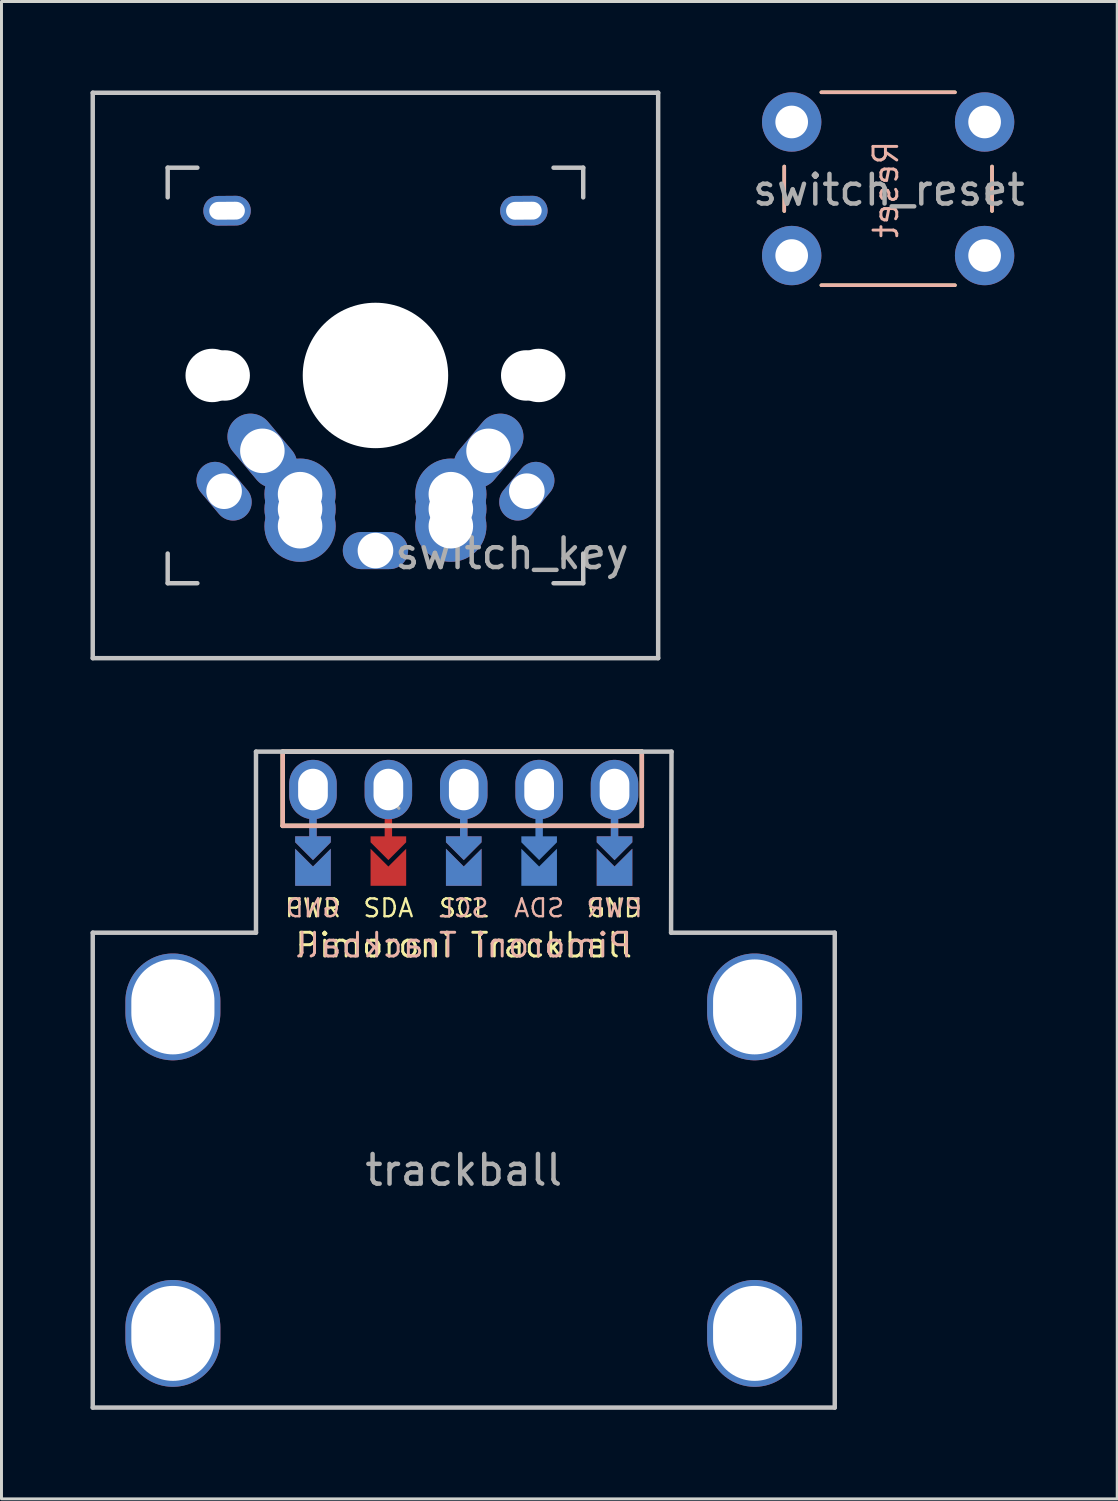
<source format=kicad_pcb>
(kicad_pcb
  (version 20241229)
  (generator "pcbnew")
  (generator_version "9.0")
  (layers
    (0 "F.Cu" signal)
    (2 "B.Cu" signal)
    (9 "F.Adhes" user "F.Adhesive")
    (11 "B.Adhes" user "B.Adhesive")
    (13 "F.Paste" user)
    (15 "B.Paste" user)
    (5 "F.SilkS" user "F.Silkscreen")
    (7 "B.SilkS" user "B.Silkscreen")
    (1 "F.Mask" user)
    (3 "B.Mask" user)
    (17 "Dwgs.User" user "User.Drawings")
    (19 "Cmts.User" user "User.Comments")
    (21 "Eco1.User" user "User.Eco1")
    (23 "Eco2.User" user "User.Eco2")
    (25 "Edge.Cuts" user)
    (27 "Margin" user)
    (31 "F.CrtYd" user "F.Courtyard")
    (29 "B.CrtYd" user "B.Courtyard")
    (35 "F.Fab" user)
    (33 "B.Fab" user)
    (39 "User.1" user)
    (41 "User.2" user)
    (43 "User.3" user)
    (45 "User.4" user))
  (footprint "switch_reset"
    (layer "F.Cu")
    (at 26.799 3.33)
    (property "Reference" "switch_reset" (at 0.097 0.022 0) (layer "F.Fab") (effects (font (size 1 1) (thickness 0.15))))
    (fp_line (start -3.425 -0.77) (end -3.425 0.73) (stroke (width 0.12) (type solid)) (layer "F.SilkS"))
    (fp_line (start -2.175 3.23) (end 2.325 3.23) (stroke (width 0.12) (type solid)) (layer "F.SilkS"))
    (fp_line (start 2.325 -3.27) (end -2.175 -3.27) (stroke (width 0.12) (type solid)) (layer "F.SilkS"))
    (fp_line (start 3.575 0.73) (end 3.575 -0.77) (stroke (width 0.12) (type solid)) (layer "F.SilkS"))
    (fp_line (start -3.425 0.73) (end -3.425 -0.77) (stroke (width 0.12) (type solid)) (layer "B.SilkS"))
    (fp_line (start 2.325 -3.27) (end -2.175 -3.27) (stroke (width 0.12) (type solid)) (layer "B.SilkS"))
    (fp_line (start 2.325 3.23) (end -2.175 3.23) (stroke (width 0.12) (type solid)) (layer "B.SilkS"))
    (fp_line (start 3.575 0.73) (end 3.575 -0.77) (stroke (width 0.12) (type solid)) (layer "B.SilkS"))
    (fp_text user "Reset" (at 0 0 90) (layer "B.SilkS") (effects (font (size 0.8 0.8) (thickness 0.1)) (justify mirror)))
    (pad "1" thru_hole circle (at -3.175 -2.27 90) (size 2 2) (drill 1.1) (layers "*.Cu" "*.Mask"))
    (pad "1" thru_hole circle (at 3.325 -2.27 90) (size 2 2) (drill 1.1) (layers "*.Cu" "*.Mask"))
    (pad "2" thru_hole circle (at -3.175 2.23 90) (size 2 2) (drill 1.1) (layers "*.Cu" "*.Mask"))
    (pad "2" thru_hole circle (at 3.325 2.23 90) (size 2 2) (drill 1.1) (layers "*.Cu" "*.Mask")))
  (footprint "switch_key"
    (layer "F.Cu")
    (at 9.6 9.6)
    (property "Reference" "switch_key" (at 4.6 6 0) (layer "F.Fab") (effects (font (size 1 1) (thickness 0.15))))
    (attr through_hole)
    (fp_line (start -9.525 -9.525) (end 9.525 -9.525) (stroke (width 0.15) (type solid)) (layer "Dwgs.User"))
    (fp_line (start -9.525 9.525) (end -9.525 -9.525) (stroke (width 0.15) (type solid)) (layer "Dwgs.User"))
    (fp_line (start -7 -7) (end -6 -7) (stroke (width 0.15) (type solid)) (layer "Dwgs.User"))
    (fp_line (start -7 -6) (end -7 -7) (stroke (width 0.15) (type solid)) (layer "Dwgs.User"))
    (fp_line (start -7 7) (end -7 6) (stroke (width 0.15) (type solid)) (layer "Dwgs.User"))
    (fp_line (start -6 7) (end -7 7) (stroke (width 0.15) (type solid)) (layer "Dwgs.User"))
    (fp_line (start 6 -7) (end 7 -7) (stroke (width 0.15) (type solid)) (layer "Dwgs.User"))
    (fp_line (start 7 -7) (end 7 -6) (stroke (width 0.15) (type solid)) (layer "Dwgs.User"))
    (fp_line (start 7 6) (end 7 7) (stroke (width 0.15) (type solid)) (layer "Dwgs.User"))
    (fp_line (start 7 7) (end 6 7) (stroke (width 0.15) (type solid)) (layer "Dwgs.User"))
    (fp_line (start 9.525 -9.525) (end 9.525 9.525) (stroke (width 0.15) (type solid)) (layer "Dwgs.User"))
    (fp_line (start 9.525 9.525) (end -9.525 9.525) (stroke (width 0.15) (type solid)) (layer "Dwgs.User"))
    (pad "" np_thru_hole circle (at -5.5 0 270) (size 1.8 1.8) (drill 1.9) (layers "*.Cu" "*.Mask"))
    (pad "" np_thru_hole circle (at -5.08 0 180) (size 1.7 1.7) (drill 1.7) (layers "*.Cu" "*.Mask"))
    (pad "" np_thru_hole circle (at 0 0 90) (size 4.9 4.9) (drill 4.9) (layers "*.Cu" "*.Mask"))
    (pad "" np_thru_hole circle (at 5.08 0 180) (size 1.7 1.7) (drill 1.7) (layers "*.Cu" "*.Mask"))
    (pad "" np_thru_hole circle (at 5.5 0 270) (size 1.8 1.8) (drill 1.9) (layers "*.Cu" "*.Mask"))
    (pad "1" thru_hole oval (at -5.1 3.9 130) (size 2.2 1.25) (drill 1.2) (layers "*.Cu" "B.Mask"))
    (pad "1" thru_hole circle (at 2.54 4 180) (size 2.4 2.4) (drill 1.5) (layers "*.Cu" "*.Mask"))
    (pad "1" thru_hole circle (at 2.54 4.5 180) (size 2.4 2.4) (drill 1.5) (layers "*.Cu" "*.Mask"))
    (pad "1" thru_hole circle (at 2.54 5.08 180) (size 2.4 2.4) (drill 1.5) (layers "*.Cu" "*.Mask"))
    (pad "1" thru_hole oval (at 3.81 2.54 230) (size 2.8 1.55) (drill 1.5) (layers "*.Cu" "B.Mask"))
    (pad "1" thru_hole oval (at 5.1 3.9 230) (size 2.2 1.25) (drill 1.2) (layers "*.Cu" "F.Mask"))
    (pad "2" thru_hole oval (at -3.81 2.54 130) (size 2.8 1.55) (drill 1.5) (layers "*.Cu" "F.Mask"))
    (pad "2" thru_hole circle (at -2.54 4 180) (size 2.4 2.4) (drill 1.5) (layers "*.Cu" "*.Mask"))
    (pad "2" thru_hole circle (at -2.54 4.5 180) (size 2.4 2.4) (drill 1.5) (layers "*.Cu" "*.Mask"))
    (pad "2" thru_hole circle (at -2.54 5.08 180) (size 2.4 2.4) (drill 1.5) (layers "*.Cu" "*.Mask"))
    (pad "2" thru_hole oval (at 0 5.9) (size 2.2 1.25) (drill 1.2) (layers "*.Cu" "*.Mask"))
    (pad "3" thru_hole oval (at -5 -5.55 0.5) (size 1.6 1) (drill oval 1.2 0.6) (layers "*.Cu" "F.Mask"))
    (pad "3" thru_hole oval (at 5 -5.55 0.5) (size 1.6 1) (drill oval 1.2 0.6) (layers "*.Cu" "B.Mask")))
  (footprint "trackball"
    (layer "F.Cu")
    (at 12.575 36.375)
    (property "Reference" "trackball" (at 0 0 180) (layer "F.Fab") (effects (font (size 1 1) (thickness 0.15))))
    (attr through_hole)
    (fp_poly (pts (xy -4.572 -10.084) (xy -5.588 -10.084) (xy -5.588 -11.1) (xy -4.572 -11.1)) (stroke (width 0.1) (type solid)) (fill yes) (layer "F.Mask"))
    (fp_poly (pts (xy -2.032 -10.084) (xy -3.048 -10.084) (xy -3.048 -11.1) (xy -2.032 -11.1)) (stroke (width 0.1) (type solid)) (fill yes) (layer "F.Mask"))
    (fp_poly (pts (xy 0.508 -10.084) (xy -0.508 -10.084) (xy -0.508 -11.1) (xy 0.508 -11.1)) (stroke (width 0.1) (type solid)) (fill yes) (layer "F.Mask"))
    (fp_poly (pts (xy 5.588 -10.084) (xy 4.572 -10.084) (xy 4.572 -11.1) (xy 5.588 -11.1)) (stroke (width 0.1) (type solid)) (fill yes) (layer "F.Mask"))
    (fp_poly (pts (xy -4.572 -10.084) (xy -5.588 -10.084) (xy -5.588 -11.1) (xy -4.572 -11.1)) (stroke (width 0.1) (type solid)) (fill yes) (layer "B.Mask"))
    (fp_poly (pts (xy 0.508 -10.084) (xy -0.508 -10.084) (xy -0.508 -11.1) (xy 0.508 -11.1)) (stroke (width 0.1) (type solid)) (fill yes) (layer "B.Mask"))
    (fp_poly (pts (xy 3.048 -10.084) (xy 2.032 -10.084) (xy 2.032 -11.1) (xy 3.048 -11.1)) (stroke (width 0.1) (type solid)) (fill yes) (layer "B.Mask"))
    (fp_poly (pts (xy 5.588 -10.084) (xy 4.572 -10.084) (xy 4.572 -11.1) (xy 5.588 -11.1)) (stroke (width 0.1) (type solid)) (fill yes) (layer "B.Mask"))
    (fp_line (start -6.1 -14.1) (end 6 -14.1) (stroke (width 0.15) (type solid)) (layer "F.SilkS"))
    (fp_line (start -6.1 -11.6) (end -6.1 -14.1) (stroke (width 0.15) (type solid)) (layer "F.SilkS"))
    (fp_line (start 6 -14.1) (end 6 -11.6) (stroke (width 0.15) (type solid)) (layer "F.SilkS"))
    (fp_line (start 6 -11.6) (end -6.1 -11.6) (stroke (width 0.15) (type solid)) (layer "F.SilkS"))
    (fp_line (start -6.1 -14.1) (end -6.1 -11.6) (stroke (width 0.15) (type solid)) (layer "B.SilkS"))
    (fp_line (start -6.1 -11.6) (end 6 -11.6) (stroke (width 0.15) (type solid)) (layer "B.SilkS"))
    (fp_line (start 6 -14.1) (end -6.1 -14.1) (stroke (width 0.15) (type solid)) (layer "B.SilkS"))
    (fp_line (start 6 -11.6) (end 6 -14.1) (stroke (width 0.15) (type solid)) (layer "B.SilkS"))
    (fp_line (start -12.5 -8) (end -12.5 8) (stroke (width 0.15) (type solid)) (layer "Dwgs.User"))
    (fp_line (start -12.5 -8) (end -7 -8) (stroke (width 0.15) (type solid)) (layer "Dwgs.User"))
    (fp_line (start -12.5 8) (end 12.5 8) (stroke (width 0.15) (type solid)) (layer "Dwgs.User"))
    (fp_line (start -7 -14.1) (end -7 -8) (stroke (width 0.15) (type solid)) (layer "Dwgs.User"))
    (fp_line (start -7 -14.1) (end 7 -14.1) (stroke (width 0.15) (type solid)) (layer "Dwgs.User"))
    (fp_line (start 6.985 -8) (end 12.5 -8) (stroke (width 0.15) (type solid)) (layer "Dwgs.User"))
    (fp_line (start 7 -14.1) (end 6.985 -8) (stroke (width 0.15) (type solid)) (layer "Dwgs.User"))
    (fp_line (start 12.5 -8) (end 12.5 8) (stroke (width 0.15) (type solid)) (layer "Dwgs.User"))
    (fp_line (start -2.5 -12.507) (end -2.5 -13.459) (stroke (width 0.1) (type solid)) (layer "F.Fab"))
    (fp_line (start -2.183 -12.189) (end -2.5 -12.507) (stroke (width 0.1) (type solid)) (layer "F.Fab"))
    (fp_text user "SCL" (at 0 -8.83 180) (layer "F.SilkS") (effects (font (size 0.6 0.6) (thickness 0.08))))
    (fp_text user "Pimoroni Trackball" (at 0 -7.58 180) (layer "F.SilkS") (effects (font (size 0.8 0.8) (thickness 0.1))))
    (fp_text user "SDA" (at -2.54 -8.83 180) (layer "F.SilkS") (effects (font (size 0.6 0.6) (thickness 0.08))))
    (fp_text user "GND" (at 5.08 -8.83 180) (layer "F.SilkS") (effects (font (size 0.6 0.6) (thickness 0.08))))
    (fp_text user "PWR" (at -5.08 -8.83 180) (layer "F.SilkS") (effects (font (size 0.6 0.6) (thickness 0.08))))
    (fp_text user "SDA" (at 2.54 -8.83 180) (layer "B.SilkS") (effects (font (size 0.6 0.6) (thickness 0.08)) (justify mirror)))
    (fp_text user "PWR" (at 5.08 -8.83 180) (layer "B.SilkS") (effects (font (size 0.6 0.6) (thickness 0.08)) (justify mirror)))
    (fp_text user "Pimoroni Trackball" (at 0 -7.58 180) (layer "B.SilkS") (effects (font (size 0.8 0.8) (thickness 0.1)) (justify mirror)))
    (fp_text user "GND" (at -5.08 -8.83 180) (layer "B.SilkS") (effects (font (size 0.6 0.6) (thickness 0.08)) (justify mirror)))
    (fp_text user "SCL" (at 0 -8.83 180) (layer "B.SilkS") (effects (font (size 0.6 0.6) (thickness 0.08)) (justify mirror)))
    (pad "" thru_hole oval (at -9.8 -5.5 90) (size 3.6 3.2) (drill oval 3.2 2.8) (layers "*.Cu" "*.Mask"))
    (pad "" thru_hole oval (at -9.8 5.5 90) (size 3.6 3.2) (drill oval 3.2 2.8) (layers "*.Cu" "*.Mask"))
    (pad "" thru_hole oval (at -5.08 -12.824 180) (size 1.6 2) (drill oval 1 1.4) (layers "*.Cu" "*.Mask"))
    (pad "" smd custom (at -5.08 -11.354) (size 0.25 1) (layers "F.Cu") (options (anchor rect)) (primitives))
    (pad "" smd custom (at -5.08 -11.354) (size 0.25 1) (layers "B.Cu") (options (anchor rect)) (primitives))
    (pad "" smd custom (at -5.08 -10.846) (size 0.1 0.1) (layers "F.Cu" "F.Mask") (options (anchor rect)) (primitives (gr_poly (pts (xy 0.6 -0.2) (xy 0 0.4) (xy -0.6 -0.2) (xy -0.6 -0.4) (xy 0.6 -0.4)) (width 0) (fill yes))))
    (pad "" smd custom (at -5.08 -10.846) (size 0.1 0.1) (layers "B.Cu" "B.Mask") (options (anchor rect)) (primitives (gr_poly (pts (xy 0.6 -0.2) (xy 0 0.4) (xy -0.6 -0.2) (xy -0.6 -0.4) (xy 0.6 -0.4)) (width 0) (fill yes))))
    (pad "" thru_hole oval (at -2.54 -12.824 180) (size 1.6 2) (drill oval 1 1.4) (layers "*.Cu" "*.Mask"))
    (pad "" smd custom (at -2.54 -11.354) (size 0.25 1) (layers "F.Cu") (options (anchor rect)) (primitives))
    (pad "" smd custom (at -2.54 -10.846) (size 0.1 0.1) (layers "F.Cu" "F.Mask") (options (anchor rect)) (primitives (gr_poly (pts (xy 0.6 -0.2) (xy 0 0.4) (xy -0.6 -0.2) (xy -0.6 -0.4) (xy 0.6 -0.4)) (width 0) (fill yes))))
    (pad "" thru_hole oval (at 0 -12.824 180) (size 1.6 2) (drill oval 1 1.4) (layers "*.Cu" "*.Mask"))
    (pad "" smd custom (at 0 -11.354) (size 0.25 1) (layers "F.Cu") (options (anchor rect)) (primitives))
    (pad "" smd custom (at 0 -11.354) (size 0.25 1) (layers "B.Cu") (options (anchor rect)) (primitives))
    (pad "" smd custom (at 0 -10.846) (size 0.1 0.1) (layers "F.Cu" "F.Mask") (options (anchor rect)) (primitives (gr_poly (pts (xy 0.6 -0.2) (xy 0 0.4) (xy -0.6 -0.2) (xy -0.6 -0.4) (xy 0.6 -0.4)) (width 0) (fill yes))))
    (pad "" smd custom (at 0 -10.846) (size 0.1 0.1) (layers "B.Cu" "B.Mask") (options (anchor rect)) (primitives (gr_poly (pts (xy 0.6 -0.2) (xy 0 0.4) (xy -0.6 -0.2) (xy -0.6 -0.4) (xy 0.6 -0.4)) (width 0) (fill yes))))
    (pad "" thru_hole oval (at 2.54 -12.824 180) (size 1.6 2) (drill oval 1 1.4) (layers "*.Cu" "*.Mask"))
    (pad "" smd custom (at 2.54 -11.354) (size 0.25 1) (layers "B.Cu") (options (anchor rect)) (primitives))
    (pad "" smd custom (at 2.54 -10.846) (size 0.1 0.1) (layers "B.Cu" "B.Mask") (options (anchor rect)) (primitives (gr_poly (pts (xy 0.6 -0.2) (xy 0 0.4) (xy -0.6 -0.2) (xy -0.6 -0.4) (xy 0.6 -0.4)) (width 0) (fill yes))))
    (pad "" thru_hole oval (at 5.08 -12.824 180) (size 1.6 2) (drill oval 1 1.4) (layers "*.Cu" "*.Mask"))
    (pad "" smd custom (at 5.08 -11.354) (size 0.25 1) (layers "F.Cu") (options (anchor rect)) (primitives))
    (pad "" smd custom (at 5.08 -11.354) (size 0.25 1) (layers "B.Cu") (options (anchor rect)) (primitives))
    (pad "" smd custom (at 5.08 -10.846) (size 0.1 0.1) (layers "F.Cu" "F.Mask") (options (anchor rect)) (primitives (gr_poly (pts (xy 0.6 -0.2) (xy 0 0.4) (xy -0.6 -0.2) (xy -0.6 -0.4) (xy 0.6 -0.4)) (width 0) (fill yes))))
    (pad "" smd custom (at 5.08 -10.846) (size 0.1 0.1) (layers "B.Cu" "B.Mask") (options (anchor rect)) (primitives (gr_poly (pts (xy 0.6 -0.2) (xy 0 0.4) (xy -0.6 -0.2) (xy -0.6 -0.4) (xy 0.6 -0.4)) (width 0) (fill yes))))
    (pad "" thru_hole oval (at 9.8 -5.5 90) (size 3.6 3.2) (drill oval 3.2 2.8) (layers "*.Cu" "*.Mask"))
    (pad "" thru_hole oval (at 9.8 5.5 90) (size 3.6 3.2) (drill oval 3.2 2.8) (layers "*.Cu" "*.Mask"))
    (pad "1" smd custom (at -5.08 -9.83) (size 1.2 0.5) (layers "F.Cu" "F.Mask") (options (anchor rect)) (primitives (gr_poly (pts (xy 0.6 0) (xy -0.6 0) (xy -0.6 -1) (xy 0 -0.4) (xy 0.6 -1)) (width 0) (fill yes))))
    (pad "1" smd custom (at 5.08 -9.83) (size 1.2 0.5) (layers "B.Cu" "B.Mask") (options (anchor rect)) (primitives (gr_poly (pts (xy 0.6 0) (xy -0.6 0) (xy -0.6 -1) (xy 0 -0.4) (xy 0.6 -1)) (width 0) (fill yes))))
    (pad "2" smd custom (at -2.54 -9.83) (size 1.2 0.5) (layers "F.Cu" "F.Mask") (options (anchor rect)) (primitives (gr_poly (pts (xy 0.6 0) (xy -0.6 0) (xy -0.6 -1) (xy 0 -0.4) (xy 0.6 -1)) (width 0) (fill yes))))
    (pad "2" smd custom (at 2.54 -9.83) (size 1.2 0.5) (layers "B.Cu" "B.Mask") (options (anchor rect)) (primitives (gr_poly (pts (xy 0.6 0) (xy -0.6 0) (xy -0.6 -1) (xy 0 -0.4) (xy 0.6 -1)) (width 0) (fill yes))))
    (pad "3" smd custom (at 0 -9.83) (size 1.2 0.5) (layers "F.Cu" "F.Mask") (options (anchor rect)) (primitives (gr_poly (pts (xy 0.6 0) (xy -0.6 0) (xy -0.6 -1) (xy 0 -0.4) (xy 0.6 -1)) (width 0) (fill yes))))
    (pad "3" smd custom (at 0 -9.83) (size 1.2 0.5) (layers "B.Cu" "B.Mask") (options (anchor rect)) (primitives (gr_poly (pts (xy 0.6 0) (xy -0.6 0) (xy -0.6 -1) (xy 0 -0.4) (xy 0.6 -1)) (width 0) (fill yes))))
    (pad "5" smd custom (at -5.08 -9.83) (size 1.2 0.5) (layers "B.Cu" "B.Mask") (options (anchor rect)) (primitives (gr_poly (pts (xy 0.6 0) (xy -0.6 0) (xy -0.6 -1) (xy 0 -0.4) (xy 0.6 -1)) (width 0) (fill yes))))
    (pad "5" smd custom (at 5.08 -9.83) (size 1.2 0.5) (layers "F.Cu" "F.Mask") (options (anchor rect)) (primitives (gr_poly (pts (xy 0.6 0) (xy -0.6 0) (xy -0.6 -1) (xy 0 -0.4) (xy 0.6 -1)) (width 0) (fill yes)))))
  (gr_rect
    (start -3 -3)
    (end 34.593 47.45)
    (stroke (width 0.1) (type default))
    (fill no)
    (layer "Edge.Cuts")))
</source>
